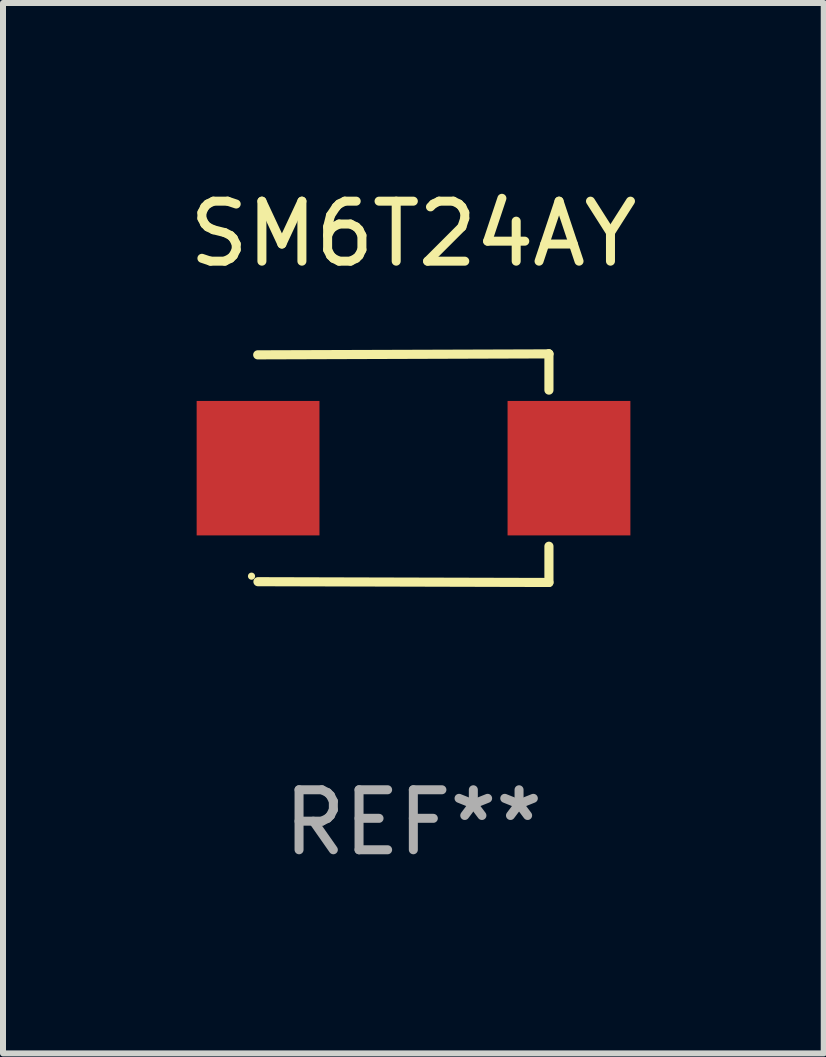
<source format=kicad_pcb>
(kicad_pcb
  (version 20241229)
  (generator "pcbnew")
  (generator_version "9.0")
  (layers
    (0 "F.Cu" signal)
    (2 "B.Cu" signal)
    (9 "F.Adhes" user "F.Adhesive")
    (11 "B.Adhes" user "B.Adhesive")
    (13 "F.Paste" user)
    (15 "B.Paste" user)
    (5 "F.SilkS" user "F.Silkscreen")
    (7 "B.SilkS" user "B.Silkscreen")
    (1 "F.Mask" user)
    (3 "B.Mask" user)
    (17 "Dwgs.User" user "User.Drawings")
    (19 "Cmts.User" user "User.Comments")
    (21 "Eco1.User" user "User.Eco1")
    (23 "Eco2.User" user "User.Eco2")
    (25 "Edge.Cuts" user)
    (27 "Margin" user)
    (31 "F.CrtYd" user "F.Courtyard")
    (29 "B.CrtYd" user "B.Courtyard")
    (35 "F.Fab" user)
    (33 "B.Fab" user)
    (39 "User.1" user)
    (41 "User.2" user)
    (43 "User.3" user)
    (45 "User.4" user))
  (footprint "SM6T24AY"
    (layer "F.Cu")
    (at 3.839 4.753)
    (property "Reference" "SM6T24AY" (at 0 -3.905 0) (layer "F.SilkS") (effects (font (size 1 1) (thickness 0.15))))
    (attr through_hole)
    (fp_line (start 2.256 -1.905) (end -2.594 -1.889) (stroke (width 0.152) (type solid)) (layer "F.SilkS"))
    (fp_line (start 2.256 -1.905) (end 2.26 -1.905) (stroke (width 0.152) (type solid)) (layer "F.SilkS"))
    (fp_line (start 2.26 -1.905) (end 2.26 -1.301) (stroke (width 0.152) (type solid)) (layer "F.SilkS"))
    (fp_line (start 2.26 1.301) (end 2.26 1.905) (stroke (width 0.152) (type solid)) (layer "F.SilkS"))
    (fp_line (start 2.26 1.905) (end -2.59 1.892) (stroke (width 0.152) (type solid)) (layer "F.SilkS"))
    (fp_circle (center -2.697 1.8) (end -2.667 1.8) (stroke (width 0.06) (type solid)) (fill no) (layer "F.SilkS"))
    (fp_text user "REF**" (at 0 5.905 0) (layer "F.Fab") (effects (font (size 1 1) (thickness 0.15))))
    (pad "1" smd rect (at -2.588 0) (size 2.047 2.241) (layers "F.Cu" "F.Mask" "F.Paste"))
    (pad "2" smd rect (at 2.594 0) (size 2.047 2.241) (layers "F.Cu" "F.Mask" "F.Paste")))
  (gr_rect
    (start -3 -3)
    (end 10.679 14.507)
    (stroke (width 0.1) (type default))
    (fill no)
    (layer "Edge.Cuts")))
</source>
